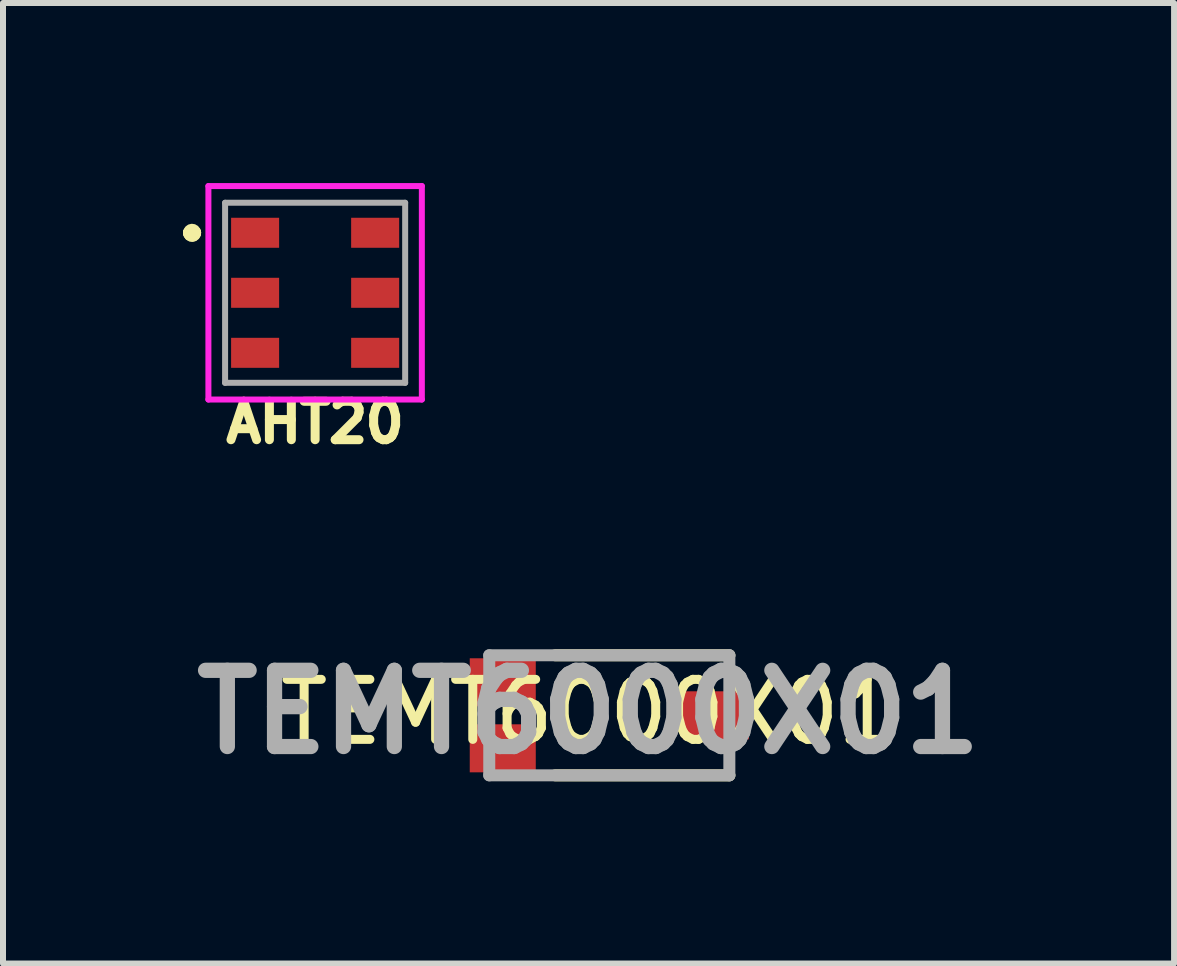
<source format=kicad_pcb>
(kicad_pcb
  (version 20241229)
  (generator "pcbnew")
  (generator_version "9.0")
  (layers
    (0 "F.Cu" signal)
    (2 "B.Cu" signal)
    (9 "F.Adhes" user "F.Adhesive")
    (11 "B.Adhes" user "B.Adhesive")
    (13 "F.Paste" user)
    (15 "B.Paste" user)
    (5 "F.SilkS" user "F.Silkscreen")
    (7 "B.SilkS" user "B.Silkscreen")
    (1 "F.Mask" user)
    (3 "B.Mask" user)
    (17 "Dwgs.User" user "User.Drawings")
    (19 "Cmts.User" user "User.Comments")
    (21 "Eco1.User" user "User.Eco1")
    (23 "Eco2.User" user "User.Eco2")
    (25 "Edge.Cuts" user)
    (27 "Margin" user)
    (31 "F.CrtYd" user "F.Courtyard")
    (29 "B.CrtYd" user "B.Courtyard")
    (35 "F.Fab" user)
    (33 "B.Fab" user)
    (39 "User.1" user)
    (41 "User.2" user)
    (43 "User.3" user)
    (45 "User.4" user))
  (footprint "AHT20"
    (layer "F.Cu")
    (at 2.2 1.828)
    (property "Reference" "AHT20" (at 0 2.159 0) (layer "F.SilkS") (effects (font (size 0.64 0.64) (thickness 0.15))))
    (attr smd)
    (fp_line (start -2.1 -1) (end -2.1 -1) (stroke (width 0.2) (type solid)) (layer "F.SilkS"))
    (fp_line (start -2.1 -1) (end -2.1 -1) (stroke (width 0.2) (type solid)) (layer "F.SilkS"))
    (fp_line (start -2 -1) (end -2 -1) (stroke (width 0.2) (type solid)) (layer "F.SilkS"))
    (fp_arc (start -2.1 -1) (mid -2.05 -1.05) (end -2 -1) (stroke (width 0.2) (type solid)) (layer "F.SilkS"))
    (fp_arc (start -2 -1) (mid -2.05 -0.95) (end -2.1 -1) (stroke (width 0.2) (type solid)) (layer "F.SilkS"))
    (fp_arc (start -2 -1) (mid -2.05 -0.95) (end -2.1 -1) (stroke (width 0.2) (type solid)) (layer "F.SilkS"))
    (fp_line (start -1.778 -1.778) (end 1.778 -1.778) (stroke (width 0.1) (type solid)) (layer "F.CrtYd"))
    (fp_line (start -1.778 1.778) (end -1.778 -1.778) (stroke (width 0.1) (type solid)) (layer "F.CrtYd"))
    (fp_line (start 1.778 -1.778) (end 1.778 1.778) (stroke (width 0.1) (type solid)) (layer "F.CrtYd"))
    (fp_line (start 1.778 1.778) (end -1.778 1.778) (stroke (width 0.1) (type solid)) (layer "F.CrtYd"))
    (fp_line (start -1.5 -1.5) (end 1.5 -1.5) (stroke (width 0.1) (type solid)) (layer "F.Fab"))
    (fp_line (start -1.5 1.5) (end -1.5 -1.5) (stroke (width 0.1) (type solid)) (layer "F.Fab"))
    (fp_line (start 1.5 -1.5) (end 1.5 1.5) (stroke (width 0.1) (type solid)) (layer "F.Fab"))
    (fp_line (start 1.5 1.5) (end -1.5 1.5) (stroke (width 0.1) (type solid)) (layer "F.Fab"))
    (pad "1" smd rect (at -1 -1 90) (size 0.5 0.8) (layers "F.Cu" "F.Mask" "F.Paste"))
    (pad "2" smd rect (at -1 0 90) (size 0.5 0.8) (layers "F.Cu" "F.Mask" "F.Paste"))
    (pad "3" smd rect (at -1 1 90) (size 0.5 0.8) (layers "F.Cu" "F.Mask" "F.Paste"))
    (pad "4" smd rect (at 1 1 90) (size 0.5 0.8) (layers "F.Cu" "F.Mask" "F.Paste"))
    (pad "5" smd rect (at 1 0 90) (size 0.5 0.8) (layers "F.Cu" "F.Mask" "F.Paste"))
    (pad "6" smd rect (at 1 -1 90) (size 0.5 0.8) (layers "F.Cu" "F.Mask" "F.Paste")))
  (footprint "TEMT6000X01"
    (layer "F.Cu")
    (at 7.101 8.867)
    (property "Reference" "TEMT6000X01" (at -0.346 -0.054 0) (layer "F.SilkS") (effects (font (size 1 1) (thickness 0.15))))
    (attr smd)
    (fp_line (start 2 -1) (end -0.9 -1) (stroke (width 0.2) (type solid)) (layer "F.SilkS"))
    (fp_line (start 2 1) (end -0.9 1) (stroke (width 0.2) (type solid)) (layer "F.SilkS"))
    (fp_line (start -2 -1) (end 2 -1) (stroke (width 0.2) (type solid)) (layer "F.Fab"))
    (fp_line (start -2 1) (end -2 -1) (stroke (width 0.2) (type solid)) (layer "F.Fab"))
    (fp_line (start 2 -1) (end 2 1) (stroke (width 0.2) (type solid)) (layer "F.Fab"))
    (fp_line (start 2 1) (end -2 1) (stroke (width 0.2) (type solid)) (layer "F.Fab"))
    (fp_text user "${REFERENCE}" (at -0.346 -0.054 0) (layer "F.Fab") (effects (font (size 1.27 1.27) (thickness 0.254))))
    (pad "1" smd rect (at 1.775 0 90) (size 0.8 1.1) (layers "F.Cu" "F.Mask" "F.Paste"))
    (pad "2" smd rect (at -1.775 -0.55 90) (size 0.8 1.1) (layers "F.Cu" "F.Mask" "F.Paste"))
    (pad "3" smd rect (at -1.775 0.55 90) (size 0.8 1.1) (layers "F.Cu" "F.Mask" "F.Paste")))
  (gr_rect
    (start -3 -3)
    (end 16.51 13.002)
    (stroke (width 0.1) (type default))
    (fill no)
    (layer "Edge.Cuts")))
</source>
